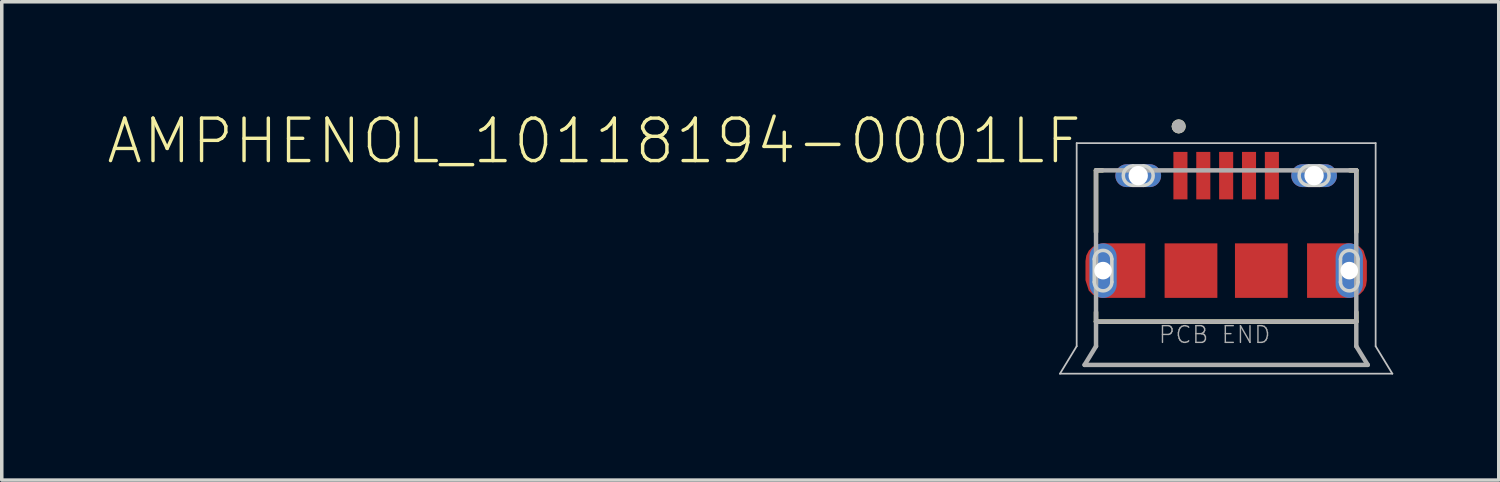
<source format=kicad_pcb>
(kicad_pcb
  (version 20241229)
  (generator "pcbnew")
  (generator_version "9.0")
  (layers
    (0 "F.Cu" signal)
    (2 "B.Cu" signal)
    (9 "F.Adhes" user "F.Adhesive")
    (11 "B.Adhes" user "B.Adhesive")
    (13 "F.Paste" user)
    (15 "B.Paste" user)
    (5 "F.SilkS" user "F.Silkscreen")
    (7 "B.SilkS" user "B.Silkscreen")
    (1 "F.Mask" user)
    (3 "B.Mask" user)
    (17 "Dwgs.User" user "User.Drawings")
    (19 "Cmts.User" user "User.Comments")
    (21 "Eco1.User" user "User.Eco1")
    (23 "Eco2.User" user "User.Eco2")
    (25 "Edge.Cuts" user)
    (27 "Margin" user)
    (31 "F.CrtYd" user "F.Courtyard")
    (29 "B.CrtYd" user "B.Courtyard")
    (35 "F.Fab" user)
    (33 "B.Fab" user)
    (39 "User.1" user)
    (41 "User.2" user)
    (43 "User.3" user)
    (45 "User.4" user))
  (footprint "AMPHENOL_10118194-0001LF"
    (layer "F.Cu")
    (at 31.811 4.644)
    (property "Reference" "AMPHENOL_10118194-0001LF" (at -4.044 -4.389 180) (layer "F.SilkS") (effects (font (size 1.208 1.208) (thickness 0.097)) (justify right top)))
    (attr through_hole)
    (fp_line (start -3.5 -0.77) (end -3.5 -0.6) (stroke (width 0.0001) (type solid)) (layer "F.Cu"))
    (fp_line (start 3.5 0.77) (end 3.5 0.6) (stroke (width 0.0001) (type solid)) (layer "F.Cu"))
    (fp_poly (pts (xy -3.5 -0.775) (xy -3.5 -0.575) (xy -3.375 -0.542) (xy -3.283 -0.45) (xy -3.25 -0.325) (xy -3.25 0.325) (xy -3.283 0.45) (xy -3.375 0.542) (xy -3.5 0.575) (xy -3.5 0.775) (xy -2.3 0.775) (xy -2.3 -0.775)) (stroke (width 0) (type solid)) (fill yes) (layer "F.Cu"))
    (fp_poly (pts (xy 3.5 0.775) (xy 3.5 0.575) (xy 3.375 0.542) (xy 3.283 0.45) (xy 3.25 0.325) (xy 3.25 -0.325) (xy 3.283 -0.45) (xy 3.375 -0.542) (xy 3.5 -0.575) (xy 3.5 -0.775) (xy 2.3 -0.775) (xy 2.3 0.775)) (stroke (width 0) (type solid)) (fill yes) (layer "F.Cu"))
    (fp_poly (pts (xy -3.5 -0.775) (xy -3.5 -0.575) (xy -3.625 -0.542) (xy -3.75 -0.325) (xy -3.75 0.325) (xy -3.717 0.45) (xy -3.625 0.542) (xy -3.5 0.575) (xy -3.5 0.775) (xy -3.655 0.751) (xy -3.794 0.68) (xy -3.905 0.569) (xy -4 0.275) (xy -4 -0.275) (xy -3.976 -0.43) (xy -3.905 -0.569) (xy -3.794 -0.68)) (stroke (width 0) (type solid)) (fill yes) (layer "F.Cu"))
    (fp_poly (pts (xy 3.5 0.775) (xy 3.5 0.575) (xy 3.625 0.542) (xy 3.717 0.45) (xy 3.75 0.325) (xy 3.75 -0.325) (xy 3.717 -0.45) (xy 3.625 -0.542) (xy 3.5 -0.575) (xy 3.5 -0.775) (xy 3.655 -0.751) (xy 3.794 -0.68) (xy 3.905 -0.569) (xy 4 -0.275) (xy 4 0.275) (xy 3.976 0.43) (xy 3.905 0.569) (xy 3.794 0.68)) (stroke (width 0) (type solid)) (fill yes) (layer "F.Cu"))
    (fp_poly (pts (xy -3.6 -0.875) (xy -2.2 -0.875) (xy -2.2 0.875) (xy -3.6 0.875) (xy -3.755 0.851) (xy -3.894 0.78) (xy -4.005 0.669) (xy -4.1 0.375) (xy -4.1 -0.375) (xy -4.076 -0.53) (xy -4.005 -0.669) (xy -3.894 -0.78)) (stroke (width 0) (type solid)) (fill yes) (layer "F.Mask"))
    (fp_poly (pts (xy 3.6 0.875) (xy 2.2 0.875) (xy 2.2 -0.875) (xy 3.6 -0.875) (xy 3.755 -0.851) (xy 3.894 -0.78) (xy 4.005 -0.669) (xy 4.1 -0.375) (xy 4.1 0.375) (xy 4.076 0.53) (xy 4.005 0.669) (xy 3.894 0.78)) (stroke (width 0) (type solid)) (fill yes) (layer "F.Mask"))
    (fp_line (start -3.7 -2.85) (end -3.7 -1.095) (stroke (width 0.127) (type solid)) (layer "F.SilkS"))
    (fp_line (start -3.7 -2.85) (end -3.52 -2.85) (stroke (width 0.127) (type solid)) (layer "F.SilkS"))
    (fp_line (start -3.7 1.45) (end -3.7 1.18) (stroke (width 0.127) (type solid)) (layer "F.SilkS"))
    (fp_line (start -3.7 1.45) (end 3.7 1.45) (stroke (width 0.127) (type solid)) (layer "F.SilkS"))
    (fp_line (start 3.7 -2.85) (end 3.52 -2.85) (stroke (width 0.127) (type solid)) (layer "F.SilkS"))
    (fp_line (start 3.7 -2.85) (end 3.7 -1.095) (stroke (width 0.127) (type solid)) (layer "F.SilkS"))
    (fp_line (start 3.7 1.18) (end 3.7 1.45) (stroke (width 0.127) (type solid)) (layer "F.SilkS"))
    (fp_circle (center -1.35 -4.1) (end -1.25 -4.1) (stroke (width 0.2) (type solid)) (fill no) (layer "F.SilkS"))
    (fp_line (start -3.5 -0.77) (end -3.5 -0.6) (stroke (width 0.0001) (type solid)) (layer "F.Paste"))
    (fp_line (start 3.5 0.77) (end 3.5 0.6) (stroke (width 0.0001) (type solid)) (layer "F.Paste"))
    (fp_poly (pts (xy -3.5 -0.775) (xy -3.5 -0.575) (xy -3.375 -0.542) (xy -3.283 -0.45) (xy -3.25 -0.325) (xy -3.25 0.325) (xy -3.283 0.45) (xy -3.375 0.542) (xy -3.5 0.575) (xy -3.5 0.775) (xy -2.3 0.775) (xy -2.3 -0.775)) (stroke (width 0) (type solid)) (fill yes) (layer "F.Paste"))
    (fp_poly (pts (xy 3.5 0.775) (xy 3.5 0.575) (xy 3.375 0.542) (xy 3.283 0.45) (xy 3.25 0.325) (xy 3.25 -0.325) (xy 3.283 -0.45) (xy 3.375 -0.542) (xy 3.5 -0.575) (xy 3.5 -0.775) (xy 2.3 -0.775) (xy 2.3 0.775)) (stroke (width 0) (type solid)) (fill yes) (layer "F.Paste"))
    (fp_poly (pts (xy -3.5 -0.775) (xy -3.5 -0.575) (xy -3.625 -0.542) (xy -3.75 -0.325) (xy -3.75 0.325) (xy -3.717 0.45) (xy -3.625 0.542) (xy -3.5 0.575) (xy -3.5 0.775) (xy -3.655 0.751) (xy -3.794 0.68) (xy -3.905 0.569) (xy -4 0.275) (xy -4 -0.275) (xy -3.976 -0.43) (xy -3.905 -0.569) (xy -3.794 -0.68)) (stroke (width 0) (type solid)) (fill yes) (layer "F.Paste"))
    (fp_poly (pts (xy 3.5 0.775) (xy 3.5 0.575) (xy 3.625 0.542) (xy 3.717 0.45) (xy 3.75 0.325) (xy 3.75 -0.325) (xy 3.717 -0.45) (xy 3.625 -0.542) (xy 3.5 -0.575) (xy 3.5 -0.775) (xy 3.655 -0.751) (xy 3.794 -0.68) (xy 3.905 -0.569) (xy 4 -0.275) (xy 4 0.275) (xy 3.976 0.43) (xy 3.905 0.569) (xy 3.794 0.68)) (stroke (width 0) (type solid)) (fill yes) (layer "F.Paste"))
    (fp_line (start -4.725 2.93) (end -4.25 2.15) (stroke (width 0.05) (type solid)) (layer "Dwgs.User"))
    (fp_line (start -4.25 -3.625) (end 4.25 -3.625) (stroke (width 0.05) (type solid)) (layer "Dwgs.User"))
    (fp_line (start -4.25 2.15) (end -4.25 -3.625) (stroke (width 0.05) (type solid)) (layer "Dwgs.User"))
    (fp_line (start 4.25 2.15) (end 4.25 -3.625) (stroke (width 0.05) (type solid)) (layer "Dwgs.User"))
    (fp_line (start 4.725 2.93) (end -4.725 2.93) (stroke (width 0.05) (type solid)) (layer "Dwgs.User"))
    (fp_line (start 4.725 2.93) (end 4.25 2.15) (stroke (width 0.05) (type solid)) (layer "Dwgs.User"))
    (fp_line (start -3.75 0.325) (end -3.75 -0.325) (stroke (width 0.1) (type solid)) (layer "Edge.Cuts"))
    (fp_line (start -3.25 0.325) (end -3.25 -0.325) (stroke (width 0.1) (type solid)) (layer "Edge.Cuts"))
    (fp_line (start -2.65 -2.975) (end -2.35 -2.975) (stroke (width 0.1) (type solid)) (layer "Edge.Cuts"))
    (fp_line (start -2.65 -2.425) (end -2.35 -2.425) (stroke (width 0.1) (type solid)) (layer "Edge.Cuts"))
    (fp_line (start 2.35 -2.975) (end 2.65 -2.975) (stroke (width 0.1) (type solid)) (layer "Edge.Cuts"))
    (fp_line (start 2.35 -2.425) (end 2.65 -2.425) (stroke (width 0.1) (type solid)) (layer "Edge.Cuts"))
    (fp_line (start 3.25 -0.325) (end 3.25 0.325) (stroke (width 0.1) (type solid)) (layer "Edge.Cuts"))
    (fp_line (start 3.75 -0.325) (end 3.75 0.325) (stroke (width 0.1) (type solid)) (layer "Edge.Cuts"))
    (fp_arc (start -3.75 -0.325) (mid -3.5 -0.575) (end -3.25 -0.325) (stroke (width 0.1) (type solid)) (layer "Edge.Cuts"))
    (fp_arc (start -3.25 0.325) (mid -3.5 0.575) (end -3.75 0.325) (stroke (width 0.1) (type solid)) (layer "Edge.Cuts"))
    (fp_arc (start -2.65 -2.425) (mid -2.925 -2.7) (end -2.65 -2.975) (stroke (width 0.1) (type solid)) (layer "Edge.Cuts"))
    (fp_arc (start -2.35 -2.975) (mid -2.075 -2.7) (end -2.35 -2.425) (stroke (width 0.1) (type solid)) (layer "Edge.Cuts"))
    (fp_arc (start 2.35 -2.425) (mid 2.075 -2.7) (end 2.35 -2.975) (stroke (width 0.1) (type solid)) (layer "Edge.Cuts"))
    (fp_arc (start 2.65 -2.975) (mid 2.925 -2.7) (end 2.65 -2.425) (stroke (width 0.1) (type solid)) (layer "Edge.Cuts"))
    (fp_arc (start 3.25 -0.325) (mid 3.5 -0.575) (end 3.75 -0.325) (stroke (width 0.1) (type solid)) (layer "Edge.Cuts"))
    (fp_arc (start 3.75 0.325) (mid 3.5 0.575) (end 3.25 0.325) (stroke (width 0.1) (type solid)) (layer "Edge.Cuts"))
    (fp_line (start -4.025 2.68) (end 4.025 2.68) (stroke (width 0.127) (type solid)) (layer "F.Fab"))
    (fp_line (start -3.7 -2.85) (end -3.7 1.45) (stroke (width 0.127) (type solid)) (layer "F.Fab"))
    (fp_line (start -3.7 -2.85) (end 3.7 -2.85) (stroke (width 0.127) (type solid)) (layer "F.Fab"))
    (fp_line (start -3.7 1.45) (end -3.7 2.15) (stroke (width 0.127) (type solid)) (layer "F.Fab"))
    (fp_line (start -3.7 1.45) (end 3.7 1.45) (stroke (width 0.127) (type solid)) (layer "F.Fab"))
    (fp_line (start -3.7 2.15) (end -4.025 2.68) (stroke (width 0.127) (type solid)) (layer "F.Fab"))
    (fp_line (start 3.7 1.45) (end 3.7 -2.85) (stroke (width 0.127) (type solid)) (layer "F.Fab"))
    (fp_line (start 3.7 2.15) (end 3.7 1.45) (stroke (width 0.127) (type solid)) (layer "F.Fab"))
    (fp_line (start 4.025 2.68) (end 3.7 2.15) (stroke (width 0.127) (type solid)) (layer "F.Fab"))
    (fp_circle (center -1.35 -4.1) (end -1.25 -4.1) (stroke (width 0.2) (type solid)) (fill no) (layer "F.Fab"))
    (fp_text user "PCB END" (at -1.95 2.1 0) (layer "F.Fab") (effects (font (size 0.475 0.475) (thickness 0.04)) (justify left bottom)))
    (pad "1" smd rect (at -1.3 -2.7) (size 0.4 1.35) (layers "F.Cu" "F.Mask" "F.Paste"))
    (pad "2" smd rect (at -0.65 -2.7) (size 0.4 1.35) (layers "F.Cu" "F.Mask" "F.Paste"))
    (pad "3" smd rect (at 0 -2.7) (size 0.4 1.35) (layers "F.Cu" "F.Mask" "F.Paste"))
    (pad "4" smd rect (at 0.65 -2.7) (size 0.4 1.35) (layers "F.Cu" "F.Mask" "F.Paste"))
    (pad "5" smd rect (at 1.3 -2.7) (size 0.4 1.35) (layers "F.Cu" "F.Mask" "F.Paste"))
    (pad "S1" thru_hole oval (at -2.5 -2.7) (size 1.3 0.65) (drill 0.55) (layers "*.Cu" "*.Mask"))
    (pad "S2" thru_hole oval (at 2.5 -2.7) (size 1.3 0.65) (drill 0.55) (layers "*.Cu" "*.Mask"))
    (pad "S3" thru_hole oval (at -3.5 0 90) (size 1.55 0.775) (drill 0.5) (layers "*.Cu" "*.Mask"))
    (pad "S4" smd rect (at -1 0) (size 1.5 1.55) (layers "F.Cu" "F.Mask" "F.Paste"))
    (pad "S5" smd rect (at 1 0) (size 1.5 1.55) (layers "F.Cu" "F.Mask" "F.Paste"))
    (pad "S6" thru_hole oval (at 3.5 0 270) (size 1.55 0.775) (drill 0.5) (layers "*.Cu" "*.Mask")))
  (gr_rect
    (start -3 -3)
    (end 39.561 10.599)
    (stroke (width 0.1) (type default))
    (fill no)
    (layer "Edge.Cuts")))
</source>
